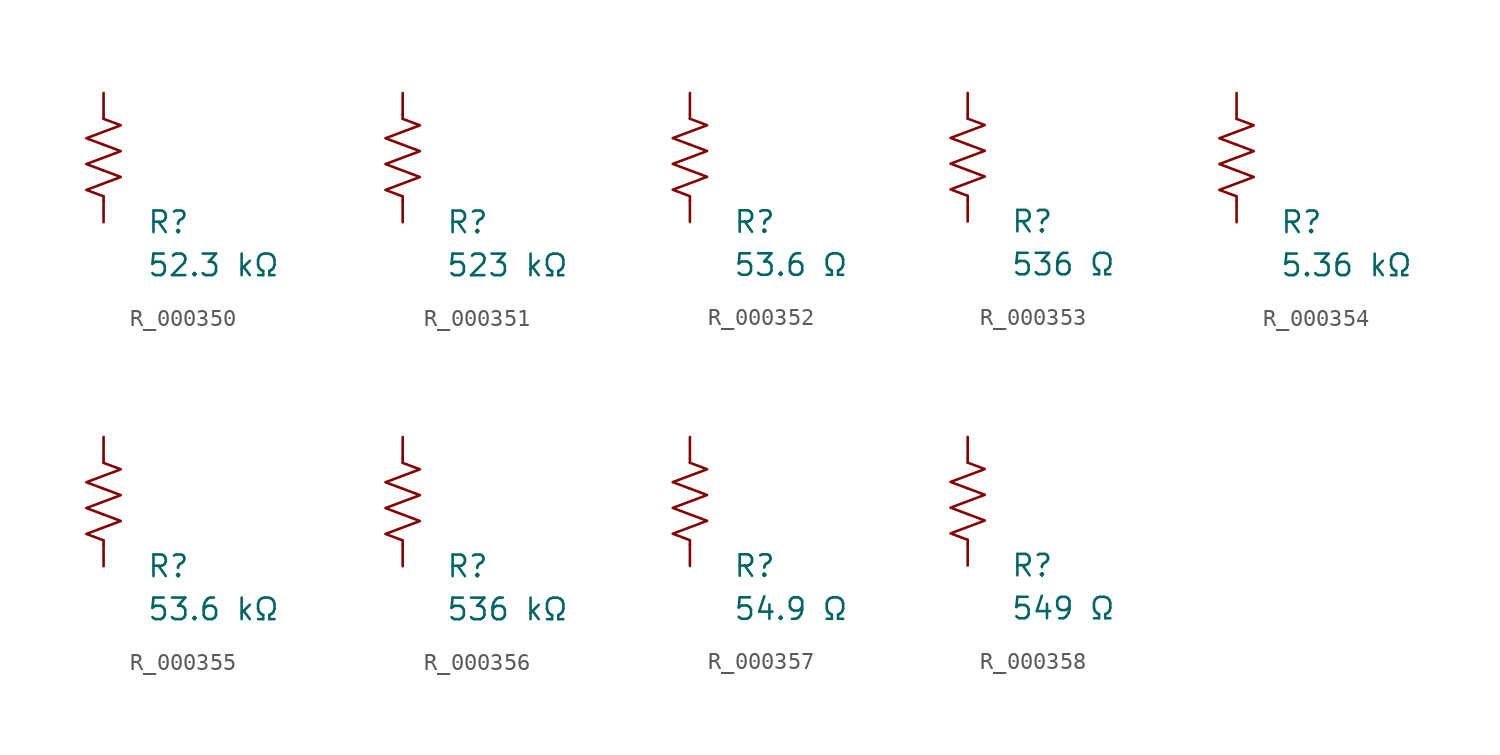
<source format=kicad_sym>
(kicad_symbol_lib
  (version 20231120)
  (generator "kicad_symbol_editor")
  (generator_version "8.0")
  (symbol "R_000350"
    (pin_numbers hide)
    (pin_names
      (offset 0))
    (property "Reference" "R"
      (at 2.54 -3.81 0)
      (effects (font (size 1.27 1.27)) (justify left))
      (show_name no))
    (property "Value" "52.3 kΩ"
      (at 2.54 -6.35 0)
      (effects (font (size 1.27 1.27)) (justify left))
      (show_name no))
    (symbol "R_000350_0_1"
      (polyline (pts (xy 0 -2.286) (xy 0 -2.54)) (stroke (width 0) (type default)) (fill (type none)))
      (polyline (pts (xy 0 2.286) (xy 0 2.54)) (stroke (width 0) (type default)) (fill (type none)))
      (polyline (pts (xy 0 -0.762) (xy 1.016 -1.143) (xy 0 -1.524) (xy -1.016 -1.905) (xy 0 -2.286)) (stroke (width 0) (type default)) (fill (type none)))
      (polyline (pts (xy 0 0.762) (xy 1.016 0.381) (xy 0 0) (xy -1.016 -0.381) (xy 0 -0.762)) (stroke (width 0) (type default)) (fill (type none)))
      (polyline (pts (xy 0 2.286) (xy 1.016 1.905) (xy 0 1.524) (xy -1.016 1.143) (xy 0 0.762)) (stroke (width 0) (type default)) (fill (type none))))
    (symbol "R_000350_1_1"
      (pin passive line (at 0 3.81 270) (length 1.27) (name "~" (effects (font (size 1.27 1.27)))) (number "1" (effects (font (size 1.27 1.27)))))
      (pin passive line (at 0 -3.81 90) (length 1.27) (name "~" (effects (font (size 1.27 1.27)))) (number "2" (effects (font (size 1.27 1.27)))))))
  (symbol "R_000351"
    (pin_numbers hide)
    (pin_names
      (offset 0))
    (property "Reference" "R"
      (at 2.54 -3.81 0)
      (effects (font (size 1.27 1.27)) (justify left))
      (show_name no))
    (property "Value" "523 kΩ"
      (at 2.54 -6.35 0)
      (effects (font (size 1.27 1.27)) (justify left))
      (show_name no))
    (symbol "R_000351_0_1"
      (polyline (pts (xy 0 -2.286) (xy 0 -2.54)) (stroke (width 0) (type default)) (fill (type none)))
      (polyline (pts (xy 0 2.286) (xy 0 2.54)) (stroke (width 0) (type default)) (fill (type none)))
      (polyline (pts (xy 0 -0.762) (xy 1.016 -1.143) (xy 0 -1.524) (xy -1.016 -1.905) (xy 0 -2.286)) (stroke (width 0) (type default)) (fill (type none)))
      (polyline (pts (xy 0 0.762) (xy 1.016 0.381) (xy 0 0) (xy -1.016 -0.381) (xy 0 -0.762)) (stroke (width 0) (type default)) (fill (type none)))
      (polyline (pts (xy 0 2.286) (xy 1.016 1.905) (xy 0 1.524) (xy -1.016 1.143) (xy 0 0.762)) (stroke (width 0) (type default)) (fill (type none))))
    (symbol "R_000351_1_1"
      (pin passive line (at 0 3.81 270) (length 1.27) (name "~" (effects (font (size 1.27 1.27)))) (number "1" (effects (font (size 1.27 1.27)))))
      (pin passive line (at 0 -3.81 90) (length 1.27) (name "~" (effects (font (size 1.27 1.27)))) (number "2" (effects (font (size 1.27 1.27)))))))
  (symbol "R_000352"
    (pin_numbers hide)
    (pin_names
      (offset 0))
    (property "Reference" "R"
      (at 2.54 -3.81 0)
      (effects (font (size 1.27 1.27)) (justify left))
      (show_name no))
    (property "Value" "53.6 Ω"
      (at 2.54 -6.35 0)
      (effects (font (size 1.27 1.27)) (justify left))
      (show_name no))
    (symbol "R_000352_0_1"
      (polyline (pts (xy 0 -2.286) (xy 0 -2.54)) (stroke (width 0) (type default)) (fill (type none)))
      (polyline (pts (xy 0 2.286) (xy 0 2.54)) (stroke (width 0) (type default)) (fill (type none)))
      (polyline (pts (xy 0 -0.762) (xy 1.016 -1.143) (xy 0 -1.524) (xy -1.016 -1.905) (xy 0 -2.286)) (stroke (width 0) (type default)) (fill (type none)))
      (polyline (pts (xy 0 0.762) (xy 1.016 0.381) (xy 0 0) (xy -1.016 -0.381) (xy 0 -0.762)) (stroke (width 0) (type default)) (fill (type none)))
      (polyline (pts (xy 0 2.286) (xy 1.016 1.905) (xy 0 1.524) (xy -1.016 1.143) (xy 0 0.762)) (stroke (width 0) (type default)) (fill (type none))))
    (symbol "R_000352_1_1"
      (pin passive line (at 0 3.81 270) (length 1.27) (name "~" (effects (font (size 1.27 1.27)))) (number "1" (effects (font (size 1.27 1.27)))))
      (pin passive line (at 0 -3.81 90) (length 1.27) (name "~" (effects (font (size 1.27 1.27)))) (number "2" (effects (font (size 1.27 1.27)))))))
  (symbol "R_000353"
    (pin_numbers hide)
    (pin_names
      (offset 0))
    (property "Reference" "R"
      (at 2.54 -3.81 0)
      (effects (font (size 1.27 1.27)) (justify left))
      (show_name no))
    (property "Value" "536 Ω"
      (at 2.54 -6.35 0)
      (effects (font (size 1.27 1.27)) (justify left))
      (show_name no))
    (symbol "R_000353_0_1"
      (polyline (pts (xy 0 -2.286) (xy 0 -2.54)) (stroke (width 0) (type default)) (fill (type none)))
      (polyline (pts (xy 0 2.286) (xy 0 2.54)) (stroke (width 0) (type default)) (fill (type none)))
      (polyline (pts (xy 0 -0.762) (xy 1.016 -1.143) (xy 0 -1.524) (xy -1.016 -1.905) (xy 0 -2.286)) (stroke (width 0) (type default)) (fill (type none)))
      (polyline (pts (xy 0 0.762) (xy 1.016 0.381) (xy 0 0) (xy -1.016 -0.381) (xy 0 -0.762)) (stroke (width 0) (type default)) (fill (type none)))
      (polyline (pts (xy 0 2.286) (xy 1.016 1.905) (xy 0 1.524) (xy -1.016 1.143) (xy 0 0.762)) (stroke (width 0) (type default)) (fill (type none))))
    (symbol "R_000353_1_1"
      (pin passive line (at 0 3.81 270) (length 1.27) (name "~" (effects (font (size 1.27 1.27)))) (number "1" (effects (font (size 1.27 1.27)))))
      (pin passive line (at 0 -3.81 90) (length 1.27) (name "~" (effects (font (size 1.27 1.27)))) (number "2" (effects (font (size 1.27 1.27)))))))
  (symbol "R_000354"
    (pin_numbers hide)
    (pin_names
      (offset 0))
    (property "Reference" "R"
      (at 2.54 -3.81 0)
      (effects (font (size 1.27 1.27)) (justify left))
      (show_name no))
    (property "Value" "5.36 kΩ"
      (at 2.54 -6.35 0)
      (effects (font (size 1.27 1.27)) (justify left))
      (show_name no))
    (symbol "R_000354_0_1"
      (polyline (pts (xy 0 -2.286) (xy 0 -2.54)) (stroke (width 0) (type default)) (fill (type none)))
      (polyline (pts (xy 0 2.286) (xy 0 2.54)) (stroke (width 0) (type default)) (fill (type none)))
      (polyline (pts (xy 0 -0.762) (xy 1.016 -1.143) (xy 0 -1.524) (xy -1.016 -1.905) (xy 0 -2.286)) (stroke (width 0) (type default)) (fill (type none)))
      (polyline (pts (xy 0 0.762) (xy 1.016 0.381) (xy 0 0) (xy -1.016 -0.381) (xy 0 -0.762)) (stroke (width 0) (type default)) (fill (type none)))
      (polyline (pts (xy 0 2.286) (xy 1.016 1.905) (xy 0 1.524) (xy -1.016 1.143) (xy 0 0.762)) (stroke (width 0) (type default)) (fill (type none))))
    (symbol "R_000354_1_1"
      (pin passive line (at 0 3.81 270) (length 1.27) (name "~" (effects (font (size 1.27 1.27)))) (number "1" (effects (font (size 1.27 1.27)))))
      (pin passive line (at 0 -3.81 90) (length 1.27) (name "~" (effects (font (size 1.27 1.27)))) (number "2" (effects (font (size 1.27 1.27)))))))
  (symbol "R_000355"
    (pin_numbers hide)
    (pin_names
      (offset 0))
    (property "Reference" "R"
      (at 2.54 -3.81 0)
      (effects (font (size 1.27 1.27)) (justify left))
      (show_name no))
    (property "Value" "53.6 kΩ"
      (at 2.54 -6.35 0)
      (effects (font (size 1.27 1.27)) (justify left))
      (show_name no))
    (symbol "R_000355_0_1"
      (polyline (pts (xy 0 -2.286) (xy 0 -2.54)) (stroke (width 0) (type default)) (fill (type none)))
      (polyline (pts (xy 0 2.286) (xy 0 2.54)) (stroke (width 0) (type default)) (fill (type none)))
      (polyline (pts (xy 0 -0.762) (xy 1.016 -1.143) (xy 0 -1.524) (xy -1.016 -1.905) (xy 0 -2.286)) (stroke (width 0) (type default)) (fill (type none)))
      (polyline (pts (xy 0 0.762) (xy 1.016 0.381) (xy 0 0) (xy -1.016 -0.381) (xy 0 -0.762)) (stroke (width 0) (type default)) (fill (type none)))
      (polyline (pts (xy 0 2.286) (xy 1.016 1.905) (xy 0 1.524) (xy -1.016 1.143) (xy 0 0.762)) (stroke (width 0) (type default)) (fill (type none))))
    (symbol "R_000355_1_1"
      (pin passive line (at 0 3.81 270) (length 1.27) (name "~" (effects (font (size 1.27 1.27)))) (number "1" (effects (font (size 1.27 1.27)))))
      (pin passive line (at 0 -3.81 90) (length 1.27) (name "~" (effects (font (size 1.27 1.27)))) (number "2" (effects (font (size 1.27 1.27)))))))
  (symbol "R_000356"
    (pin_numbers hide)
    (pin_names
      (offset 0))
    (property "Reference" "R"
      (at 2.54 -3.81 0)
      (effects (font (size 1.27 1.27)) (justify left))
      (show_name no))
    (property "Value" "536 kΩ"
      (at 2.54 -6.35 0)
      (effects (font (size 1.27 1.27)) (justify left))
      (show_name no))
    (symbol "R_000356_0_1"
      (polyline (pts (xy 0 -2.286) (xy 0 -2.54)) (stroke (width 0) (type default)) (fill (type none)))
      (polyline (pts (xy 0 2.286) (xy 0 2.54)) (stroke (width 0) (type default)) (fill (type none)))
      (polyline (pts (xy 0 -0.762) (xy 1.016 -1.143) (xy 0 -1.524) (xy -1.016 -1.905) (xy 0 -2.286)) (stroke (width 0) (type default)) (fill (type none)))
      (polyline (pts (xy 0 0.762) (xy 1.016 0.381) (xy 0 0) (xy -1.016 -0.381) (xy 0 -0.762)) (stroke (width 0) (type default)) (fill (type none)))
      (polyline (pts (xy 0 2.286) (xy 1.016 1.905) (xy 0 1.524) (xy -1.016 1.143) (xy 0 0.762)) (stroke (width 0) (type default)) (fill (type none))))
    (symbol "R_000356_1_1"
      (pin passive line (at 0 3.81 270) (length 1.27) (name "~" (effects (font (size 1.27 1.27)))) (number "1" (effects (font (size 1.27 1.27)))))
      (pin passive line (at 0 -3.81 90) (length 1.27) (name "~" (effects (font (size 1.27 1.27)))) (number "2" (effects (font (size 1.27 1.27)))))))
  (symbol "R_000357"
    (pin_numbers hide)
    (pin_names
      (offset 0))
    (property "Reference" "R"
      (at 2.54 -3.81 0)
      (effects (font (size 1.27 1.27)) (justify left))
      (show_name no))
    (property "Value" "54.9 Ω"
      (at 2.54 -6.35 0)
      (effects (font (size 1.27 1.27)) (justify left))
      (show_name no))
    (symbol "R_000357_0_1"
      (polyline (pts (xy 0 -2.286) (xy 0 -2.54)) (stroke (width 0) (type default)) (fill (type none)))
      (polyline (pts (xy 0 2.286) (xy 0 2.54)) (stroke (width 0) (type default)) (fill (type none)))
      (polyline (pts (xy 0 -0.762) (xy 1.016 -1.143) (xy 0 -1.524) (xy -1.016 -1.905) (xy 0 -2.286)) (stroke (width 0) (type default)) (fill (type none)))
      (polyline (pts (xy 0 0.762) (xy 1.016 0.381) (xy 0 0) (xy -1.016 -0.381) (xy 0 -0.762)) (stroke (width 0) (type default)) (fill (type none)))
      (polyline (pts (xy 0 2.286) (xy 1.016 1.905) (xy 0 1.524) (xy -1.016 1.143) (xy 0 0.762)) (stroke (width 0) (type default)) (fill (type none))))
    (symbol "R_000357_1_1"
      (pin passive line (at 0 3.81 270) (length 1.27) (name "~" (effects (font (size 1.27 1.27)))) (number "1" (effects (font (size 1.27 1.27)))))
      (pin passive line (at 0 -3.81 90) (length 1.27) (name "~" (effects (font (size 1.27 1.27)))) (number "2" (effects (font (size 1.27 1.27)))))))
  (symbol "R_000358"
    (pin_numbers hide)
    (pin_names
      (offset 0))
    (property "Reference" "R"
      (at 2.54 -3.81 0)
      (effects (font (size 1.27 1.27)) (justify left))
      (show_name no))
    (property "Value" "549 Ω"
      (at 2.54 -6.35 0)
      (effects (font (size 1.27 1.27)) (justify left))
      (show_name no))
    (symbol "R_000358_0_1"
      (polyline (pts (xy 0 -2.286) (xy 0 -2.54)) (stroke (width 0) (type default)) (fill (type none)))
      (polyline (pts (xy 0 2.286) (xy 0 2.54)) (stroke (width 0) (type default)) (fill (type none)))
      (polyline (pts (xy 0 -0.762) (xy 1.016 -1.143) (xy 0 -1.524) (xy -1.016 -1.905) (xy 0 -2.286)) (stroke (width 0) (type default)) (fill (type none)))
      (polyline (pts (xy 0 0.762) (xy 1.016 0.381) (xy 0 0) (xy -1.016 -0.381) (xy 0 -0.762)) (stroke (width 0) (type default)) (fill (type none)))
      (polyline (pts (xy 0 2.286) (xy 1.016 1.905) (xy 0 1.524) (xy -1.016 1.143) (xy 0 0.762)) (stroke (width 0) (type default)) (fill (type none))))
    (symbol "R_000358_1_1"
      (pin passive line (at 0 3.81 270) (length 1.27) (name "~" (effects (font (size 1.27 1.27)))) (number "1" (effects (font (size 1.27 1.27)))))
      (pin passive line (at 0 -3.81 90) (length 1.27) (name "~" (effects (font (size 1.27 1.27)))) (number "2" (effects (font (size 1.27 1.27))))))))
</source>
